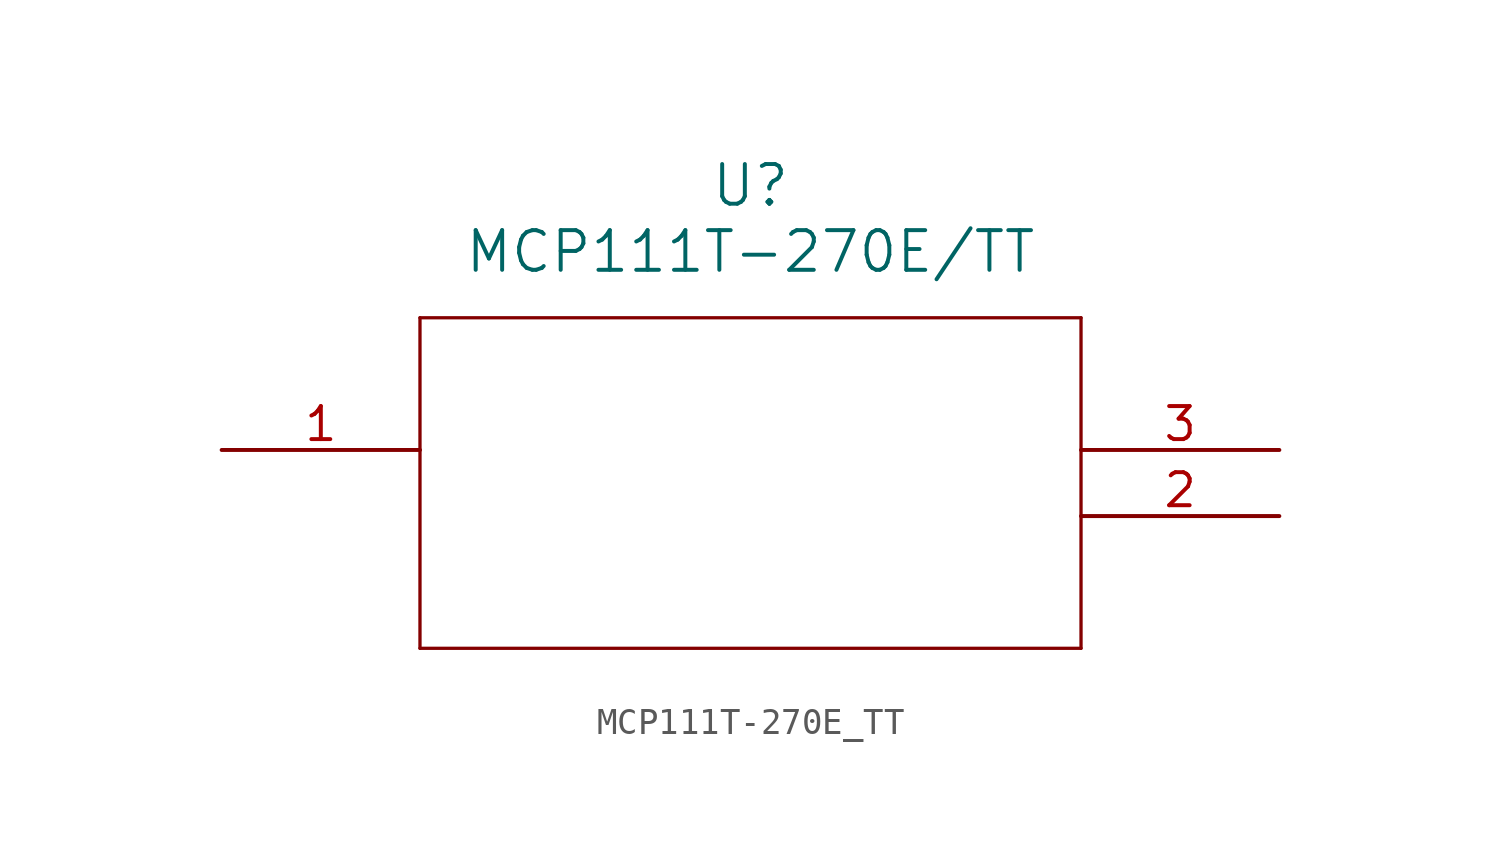
<source format=kicad_sym>
(kicad_symbol_lib
  (version 20211014)
  (generator kicad_symbol_editor)
  (symbol "MCP111T-270E_TT"
    (pin_names
      (offset 0.254))
    (property "Reference" "U"
      (at 20.32 10.16 0)
      (effects (font (size 1.524 1.524))))
    (property "Value" "MCP111T-270E/TT"
      (at 20.32 7.62 0)
      (effects (font (size 1.524 1.524))))
    (symbol "MCP111T-270E_TT_0_1"
      (polyline (pts (xy 7.62 5.08) (xy 7.62 -7.62)) (stroke (width 0.127) (type default) (color 0 0 0 0)) (fill (type none)))
      (polyline (pts (xy 7.62 -7.62) (xy 33.02 -7.62)) (stroke (width 0.127) (type default) (color 0 0 0 0)) (fill (type none)))
      (polyline (pts (xy 33.02 -7.62) (xy 33.02 5.08)) (stroke (width 0.127) (type default) (color 0 0 0 0)) (fill (type none)))
      (polyline (pts (xy 33.02 5.08) (xy 7.62 5.08)) (stroke (width 0.127) (type default) (color 0 0 0 0)) (fill (type none)))
      (pin unspecified line (at 0 0 0) (length 7.62) (name "" (effects (font (size 1.27 1.27)))) (number "1" (effects (font (size 1.27 1.27)))))
      (pin unspecified line (at 40.64 -2.54 180) (length 7.62) (name "" (effects (font (size 1.27 1.27)))) (number "2" (effects (font (size 1.27 1.27)))))
      (pin unspecified line (at 40.64 0 180) (length 7.62) (name "" (effects (font (size 1.27 1.27)))) (number "3" (effects (font (size 1.27 1.27))))))))
</source>
